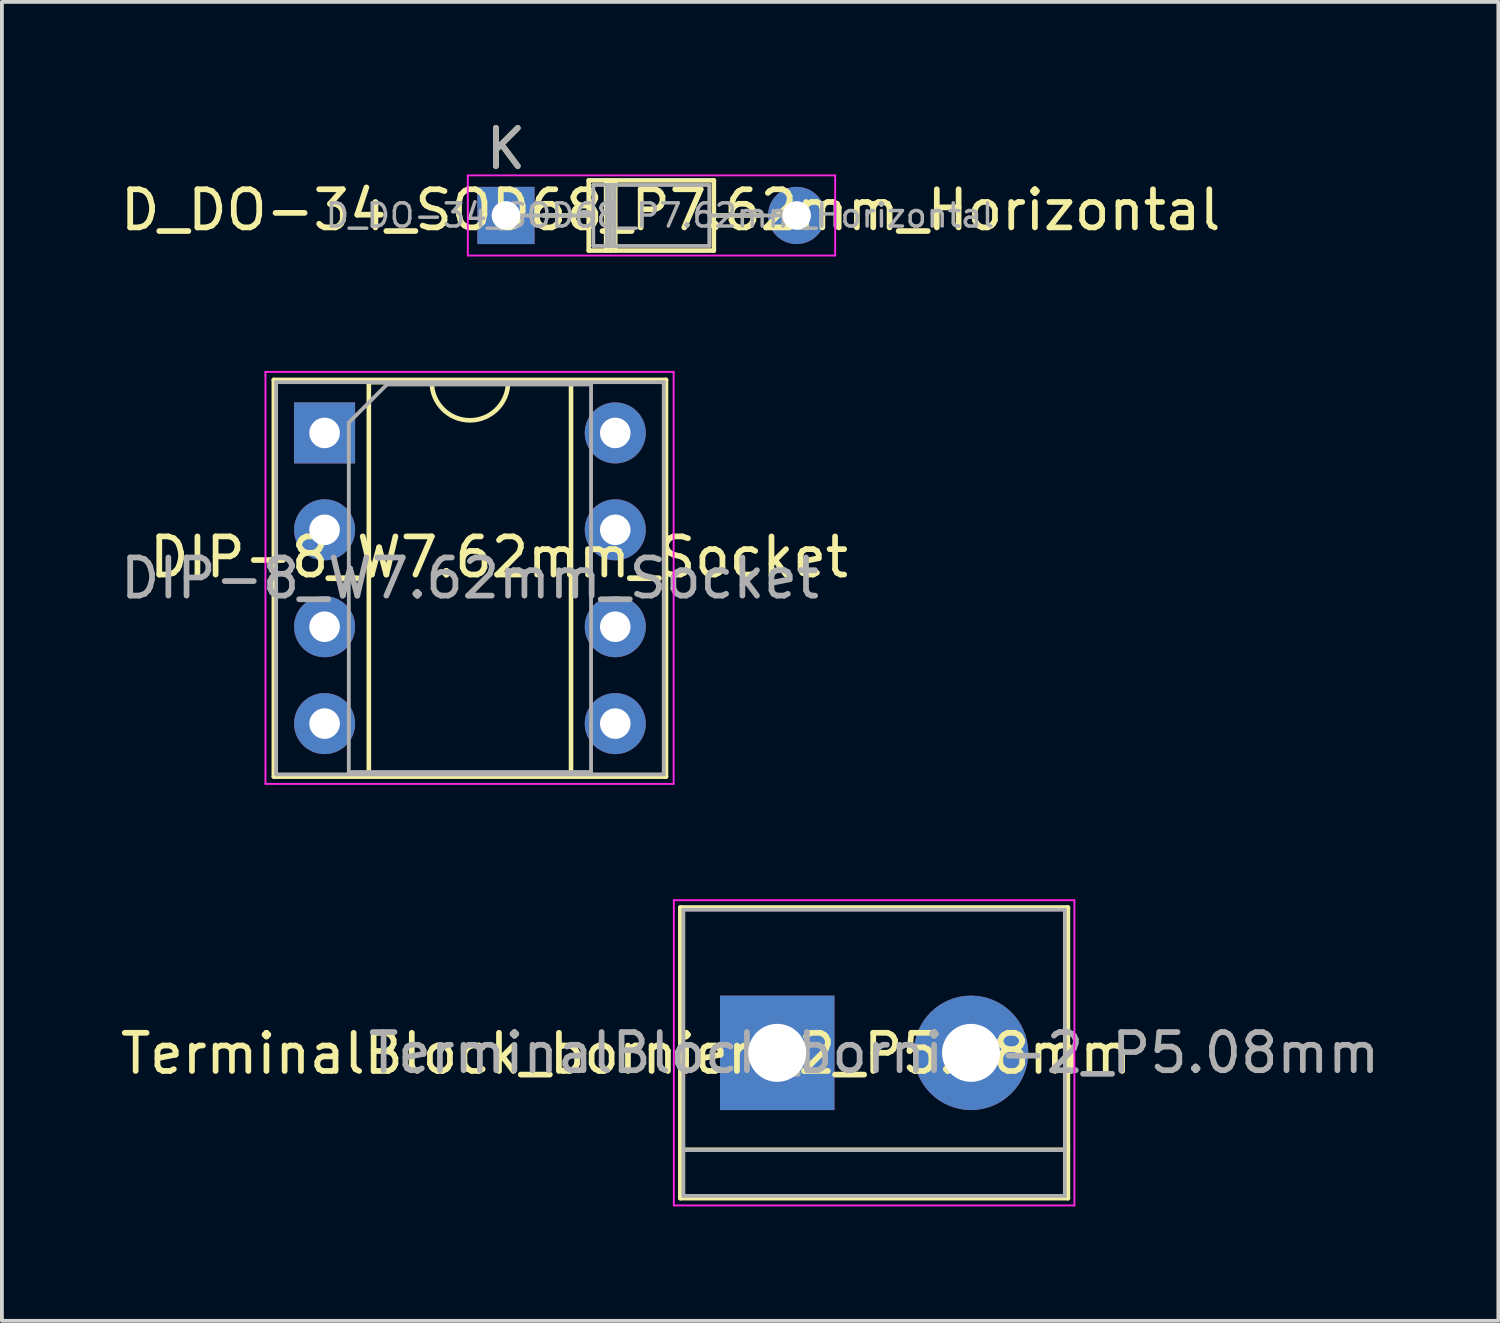
<source format=kicad_pcb>
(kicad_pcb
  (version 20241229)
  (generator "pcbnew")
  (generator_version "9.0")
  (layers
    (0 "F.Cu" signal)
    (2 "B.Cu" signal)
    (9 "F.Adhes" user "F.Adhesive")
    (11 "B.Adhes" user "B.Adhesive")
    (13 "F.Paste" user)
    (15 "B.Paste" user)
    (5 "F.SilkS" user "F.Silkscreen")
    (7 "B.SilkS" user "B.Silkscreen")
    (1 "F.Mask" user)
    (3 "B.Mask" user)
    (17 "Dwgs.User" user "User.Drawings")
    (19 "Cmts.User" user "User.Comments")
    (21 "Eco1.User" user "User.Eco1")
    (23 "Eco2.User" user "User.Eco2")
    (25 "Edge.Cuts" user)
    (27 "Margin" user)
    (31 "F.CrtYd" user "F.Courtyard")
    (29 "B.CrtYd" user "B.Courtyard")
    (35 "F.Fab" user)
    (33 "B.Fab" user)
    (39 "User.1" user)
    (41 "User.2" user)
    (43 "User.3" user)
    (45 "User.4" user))
  (footprint "D_DO-34_SOD68_P7.62mm_Horizontal"
    (layer "F.Cu")
    (at 10.212 2.598)
    (property "Reference" "D_DO-34_SOD68_P7.62mm_Horizontal" (at 4.318 -0.142 180) (layer "F.SilkS") (effects (font (size 1 1) (thickness 0.15))))
    (attr through_hole)
    (fp_line (start 0.99 0) (end 2.17 0) (stroke (width 0.12) (type solid)) (layer "F.SilkS"))
    (fp_line (start 2.17 -0.92) (end 2.17 0.92) (stroke (width 0.12) (type solid)) (layer "F.SilkS"))
    (fp_line (start 2.17 0.92) (end 5.45 0.92) (stroke (width 0.12) (type solid)) (layer "F.SilkS"))
    (fp_line (start 2.626 -0.92) (end 2.626 0.92) (stroke (width 0.12) (type solid)) (layer "F.SilkS"))
    (fp_line (start 2.746 -0.92) (end 2.746 0.92) (stroke (width 0.12) (type solid)) (layer "F.SilkS"))
    (fp_line (start 2.866 -0.92) (end 2.866 0.92) (stroke (width 0.12) (type solid)) (layer "F.SilkS"))
    (fp_line (start 5.45 -0.92) (end 2.17 -0.92) (stroke (width 0.12) (type solid)) (layer "F.SilkS"))
    (fp_line (start 5.45 0.92) (end 5.45 -0.92) (stroke (width 0.12) (type solid)) (layer "F.SilkS"))
    (fp_line (start 6.63 0) (end 5.45 0) (stroke (width 0.12) (type solid)) (layer "F.SilkS"))
    (fp_line (start -1 -1.05) (end -1 1.05) (stroke (width 0.05) (type solid)) (layer "F.CrtYd"))
    (fp_line (start -1 1.05) (end 8.63 1.05) (stroke (width 0.05) (type solid)) (layer "F.CrtYd"))
    (fp_line (start 8.63 -1.05) (end -1 -1.05) (stroke (width 0.05) (type solid)) (layer "F.CrtYd"))
    (fp_line (start 8.63 1.05) (end 8.63 -1.05) (stroke (width 0.05) (type solid)) (layer "F.CrtYd"))
    (fp_line (start 0 0) (end 2.29 0) (stroke (width 0.1) (type solid)) (layer "F.Fab"))
    (fp_line (start 2.29 -0.8) (end 2.29 0.8) (stroke (width 0.1) (type solid)) (layer "F.Fab"))
    (fp_line (start 2.29 0.8) (end 5.33 0.8) (stroke (width 0.1) (type solid)) (layer "F.Fab"))
    (fp_line (start 2.646 -0.8) (end 2.646 0.8) (stroke (width 0.1) (type solid)) (layer "F.Fab"))
    (fp_line (start 2.746 -0.8) (end 2.746 0.8) (stroke (width 0.1) (type solid)) (layer "F.Fab"))
    (fp_line (start 2.846 -0.8) (end 2.846 0.8) (stroke (width 0.1) (type solid)) (layer "F.Fab"))
    (fp_line (start 5.33 -0.8) (end 2.29 -0.8) (stroke (width 0.1) (type solid)) (layer "F.Fab"))
    (fp_line (start 5.33 0.8) (end 5.33 -0.8) (stroke (width 0.1) (type solid)) (layer "F.Fab"))
    (fp_line (start 7.62 0) (end 5.33 0) (stroke (width 0.1) (type solid)) (layer "F.Fab"))
    (fp_text user "K" (at 0 -1.75 180) (layer "F.SilkS") (effects (font (size 1 1) (thickness 0.15))))
    (fp_text user "K" (at 0 -1.75 180) (layer "F.Fab") (effects (font (size 1 1) (thickness 0.15))))
    (fp_text user "${REFERENCE}" (at 4.038 0 180) (layer "F.Fab") (effects (font (size 0.608 0.608) (thickness 0.091))))
    (pad "1" thru_hole rect (at 0 0) (size 1.5 1.5) (drill 0.75) (layers "*.Cu" "*.Mask"))
    (pad "2" thru_hole oval (at 7.62 0) (size 1.5 1.5) (drill 0.75) (layers "*.Cu" "*.Mask")))
  (footprint "TerminalBlock_bornier-2_P5.08mm"
    (layer "F.Cu")
    (at 17.323 24.548)
    (property "Reference" "TerminalBlock_bornier-2_P5.08mm" (at -3.96 0.02 0) (layer "F.SilkS") (effects (font (size 1 1) (thickness 0.15))))
    (attr through_hole)
    (fp_line (start -2.54 -3.81) (end -2.54 3.81) (stroke (width 0.12) (type solid)) (layer "F.SilkS"))
    (fp_line (start -2.54 3.81) (end 7.62 3.81) (stroke (width 0.12) (type solid)) (layer "F.SilkS"))
    (fp_line (start 7.62 -3.81) (end -2.54 -3.81) (stroke (width 0.12) (type solid)) (layer "F.SilkS"))
    (fp_line (start 7.62 2.54) (end -2.54 2.54) (stroke (width 0.12) (type solid)) (layer "F.SilkS"))
    (fp_line (start 7.62 3.81) (end 7.62 -3.81) (stroke (width 0.12) (type solid)) (layer "F.SilkS"))
    (fp_line (start -2.71 -4) (end -2.71 4) (stroke (width 0.05) (type solid)) (layer "F.CrtYd"))
    (fp_line (start -2.71 -4) (end 7.79 -4) (stroke (width 0.05) (type solid)) (layer "F.CrtYd"))
    (fp_line (start 7.79 4) (end -2.71 4) (stroke (width 0.05) (type solid)) (layer "F.CrtYd"))
    (fp_line (start 7.79 4) (end 7.79 -4) (stroke (width 0.05) (type solid)) (layer "F.CrtYd"))
    (fp_line (start -2.46 -3.75) (end -2.46 3.75) (stroke (width 0.1) (type solid)) (layer "F.Fab"))
    (fp_line (start -2.46 3.75) (end 7.54 3.75) (stroke (width 0.1) (type solid)) (layer "F.Fab"))
    (fp_line (start -2.41 2.55) (end 7.49 2.55) (stroke (width 0.1) (type solid)) (layer "F.Fab"))
    (fp_line (start 7.54 -3.75) (end -2.46 -3.75) (stroke (width 0.1) (type solid)) (layer "F.Fab"))
    (fp_line (start 7.54 3.75) (end 7.54 -3.75) (stroke (width 0.1) (type solid)) (layer "F.Fab"))
    (fp_text user "${REFERENCE}" (at 2.54 0 0) (layer "F.Fab") (effects (font (size 1 1) (thickness 0.15))))
    (pad "1" thru_hole rect (at 0 0) (size 3 3) (drill 1.52) (layers "*.Cu" "*.Mask"))
    (pad "2" thru_hole circle (at 5.08 0) (size 3 3) (drill 1.52) (layers "*.Cu" "*.Mask")))
  (footprint "DIP-8_W7.62mm_Socket"
    (layer "F.Cu")
    (at 5.458 8.298)
    (property "Reference" "DIP-8_W7.62mm_Socket" (at 4.572 3.258 0) (layer "F.SilkS") (effects (font (size 1 1) (thickness 0.15))))
    (attr through_hole)
    (fp_line (start -1.33 -1.39) (end -1.33 9.01) (stroke (width 0.12) (type solid)) (layer "F.SilkS"))
    (fp_line (start -1.33 9.01) (end 8.95 9.01) (stroke (width 0.12) (type solid)) (layer "F.SilkS"))
    (fp_line (start 1.16 -1.33) (end 1.16 8.95) (stroke (width 0.12) (type solid)) (layer "F.SilkS"))
    (fp_line (start 1.16 8.95) (end 6.46 8.95) (stroke (width 0.12) (type solid)) (layer "F.SilkS"))
    (fp_line (start 2.81 -1.33) (end 1.16 -1.33) (stroke (width 0.12) (type solid)) (layer "F.SilkS"))
    (fp_line (start 6.46 -1.33) (end 4.81 -1.33) (stroke (width 0.12) (type solid)) (layer "F.SilkS"))
    (fp_line (start 6.46 8.95) (end 6.46 -1.33) (stroke (width 0.12) (type solid)) (layer "F.SilkS"))
    (fp_line (start 8.95 -1.39) (end -1.33 -1.39) (stroke (width 0.12) (type solid)) (layer "F.SilkS"))
    (fp_line (start 8.95 9.01) (end 8.95 -1.39) (stroke (width 0.12) (type solid)) (layer "F.SilkS"))
    (fp_arc (start 4.81 -1.33) (mid 3.81 -0.33) (end 2.81 -1.33) (stroke (width 0.12) (type solid)) (layer "F.SilkS"))
    (fp_line (start -1.55 -1.6) (end -1.55 9.2) (stroke (width 0.05) (type solid)) (layer "F.CrtYd"))
    (fp_line (start -1.55 9.2) (end 9.15 9.2) (stroke (width 0.05) (type solid)) (layer "F.CrtYd"))
    (fp_line (start 9.15 -1.6) (end -1.55 -1.6) (stroke (width 0.05) (type solid)) (layer "F.CrtYd"))
    (fp_line (start 9.15 9.2) (end 9.15 -1.6) (stroke (width 0.05) (type solid)) (layer "F.CrtYd"))
    (fp_line (start -1.27 -1.33) (end -1.27 8.95) (stroke (width 0.1) (type solid)) (layer "F.Fab"))
    (fp_line (start -1.27 8.95) (end 8.89 8.95) (stroke (width 0.1) (type solid)) (layer "F.Fab"))
    (fp_line (start 0.635 -0.27) (end 1.635 -1.27) (stroke (width 0.1) (type solid)) (layer "F.Fab"))
    (fp_line (start 0.635 8.89) (end 0.635 -0.27) (stroke (width 0.1) (type solid)) (layer "F.Fab"))
    (fp_line (start 1.635 -1.27) (end 6.985 -1.27) (stroke (width 0.1) (type solid)) (layer "F.Fab"))
    (fp_line (start 6.985 -1.27) (end 6.985 8.89) (stroke (width 0.1) (type solid)) (layer "F.Fab"))
    (fp_line (start 6.985 8.89) (end 0.635 8.89) (stroke (width 0.1) (type solid)) (layer "F.Fab"))
    (fp_line (start 8.89 -1.33) (end -1.27 -1.33) (stroke (width 0.1) (type solid)) (layer "F.Fab"))
    (fp_line (start 8.89 8.95) (end 8.89 -1.33) (stroke (width 0.1) (type solid)) (layer "F.Fab"))
    (fp_text user "${REFERENCE}" (at 3.81 3.81 0) (layer "F.Fab") (effects (font (size 1 1) (thickness 0.15))))
    (pad "1" thru_hole rect (at 0 0) (size 1.6 1.6) (drill 0.8) (layers "*.Cu" "*.Mask"))
    (pad "2" thru_hole oval (at 0 2.54) (size 1.6 1.6) (drill 0.8) (layers "*.Cu" "*.Mask"))
    (pad "3" thru_hole oval (at 0 5.08) (size 1.6 1.6) (drill 0.8) (layers "*.Cu" "*.Mask"))
    (pad "4" thru_hole oval (at 0 7.62) (size 1.6 1.6) (drill 0.8) (layers "*.Cu" "*.Mask"))
    (pad "5" thru_hole oval (at 7.62 7.62) (size 1.6 1.6) (drill 0.8) (layers "*.Cu" "*.Mask"))
    (pad "6" thru_hole oval (at 7.62 5.08) (size 1.6 1.6) (drill 0.8) (layers "*.Cu" "*.Mask"))
    (pad "7" thru_hole oval (at 7.62 2.54) (size 1.6 1.6) (drill 0.8) (layers "*.Cu" "*.Mask"))
    (pad "8" thru_hole oval (at 7.62 0) (size 1.6 1.6) (drill 0.8) (layers "*.Cu" "*.Mask")))
  (gr_rect
    (start -3 -3)
    (end 36.226 31.573)
    (stroke (width 0.1) (type default))
    (fill no)
    (layer "Edge.Cuts")))
</source>
